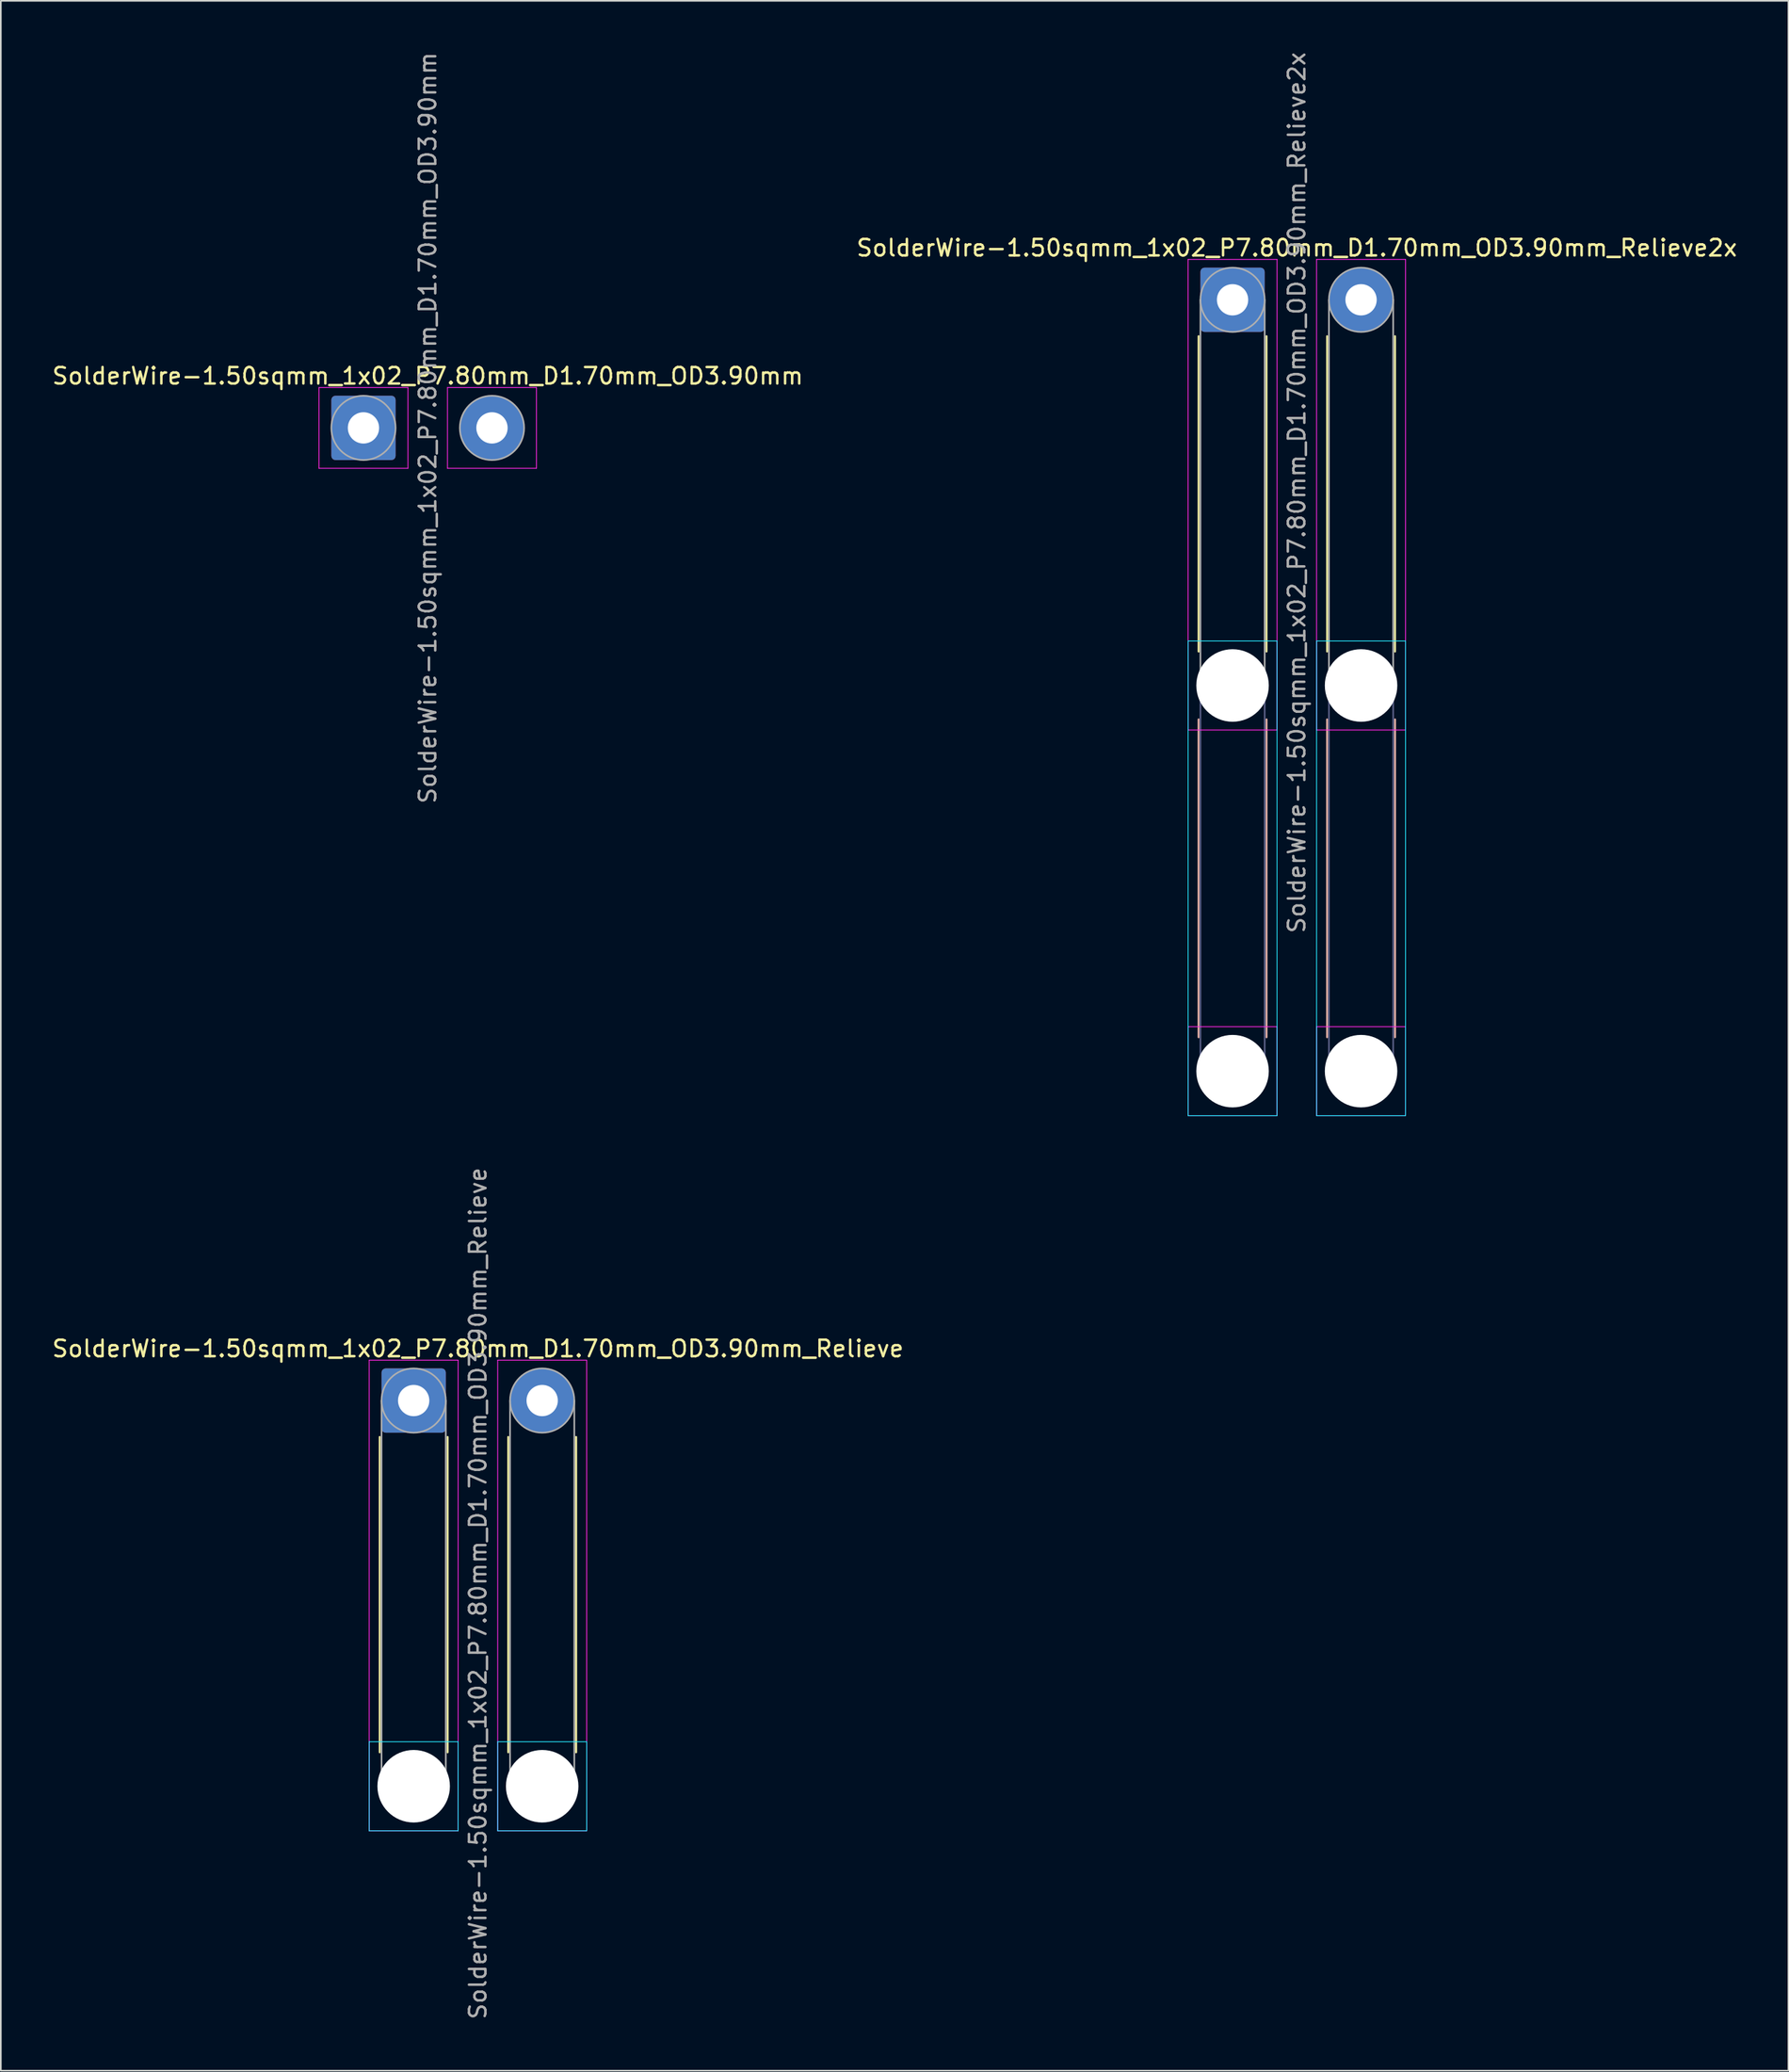
<source format=kicad_pcb>
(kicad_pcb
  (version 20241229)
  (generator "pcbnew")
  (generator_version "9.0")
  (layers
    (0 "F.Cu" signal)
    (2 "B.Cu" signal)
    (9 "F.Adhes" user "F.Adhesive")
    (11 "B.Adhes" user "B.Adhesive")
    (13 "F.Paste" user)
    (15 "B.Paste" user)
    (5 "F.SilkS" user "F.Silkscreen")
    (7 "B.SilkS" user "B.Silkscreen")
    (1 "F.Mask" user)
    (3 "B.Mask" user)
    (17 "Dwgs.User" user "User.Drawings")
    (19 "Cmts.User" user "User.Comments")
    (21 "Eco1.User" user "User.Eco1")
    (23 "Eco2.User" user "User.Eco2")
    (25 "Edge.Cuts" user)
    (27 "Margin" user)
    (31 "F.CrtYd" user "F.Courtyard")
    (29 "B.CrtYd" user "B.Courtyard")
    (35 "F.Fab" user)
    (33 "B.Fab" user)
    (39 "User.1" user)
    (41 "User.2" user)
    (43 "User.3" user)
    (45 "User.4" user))
  (footprint "SolderWire-1.50sqmm_1x02_P7.80mm_D1.70mm_OD3.90mm_Relieve2x"
    (layer "F.Cu")
    (at 71.761 15.139)
    (property "Reference" "SolderWire-1.50sqmm_1x02_P7.80mm_D1.70mm_OD3.90mm_Relieve2x" (at 3.9 -3.15 0) (layer "F.SilkS") (effects (font (size 1 1) (thickness 0.15))))
    (attr exclude_from_pos_files exclude_from_bom)
    (fp_line (start -2.06 2.21) (end -2.06 21.34) (stroke (width 0.12) (type solid)) (layer "F.SilkS"))
    (fp_line (start 2.06 2.21) (end 2.06 21.34) (stroke (width 0.12) (type solid)) (layer "F.SilkS"))
    (fp_line (start 5.74 2.21) (end 5.74 21.34) (stroke (width 0.12) (type solid)) (layer "F.SilkS"))
    (fp_line (start 9.86 2.21) (end 9.86 21.34) (stroke (width 0.12) (type solid)) (layer "F.SilkS"))
    (fp_line (start -2.06 25.46) (end -2.06 44.74) (stroke (width 0.12) (type solid)) (layer "B.SilkS"))
    (fp_line (start 2.06 25.46) (end 2.06 44.74) (stroke (width 0.12) (type solid)) (layer "B.SilkS"))
    (fp_line (start 5.74 25.46) (end 5.74 44.74) (stroke (width 0.12) (type solid)) (layer "B.SilkS"))
    (fp_line (start 9.86 25.46) (end 9.86 44.74) (stroke (width 0.12) (type solid)) (layer "B.SilkS"))
    (fp_line (start -2.7 20.7) (end -2.7 49.5) (stroke (width 0.05) (type solid)) (layer "B.CrtYd"))
    (fp_line (start -2.7 49.5) (end 2.7 49.5) (stroke (width 0.05) (type solid)) (layer "B.CrtYd"))
    (fp_line (start 2.7 20.7) (end -2.7 20.7) (stroke (width 0.05) (type solid)) (layer "B.CrtYd"))
    (fp_line (start 2.7 49.5) (end 2.7 20.7) (stroke (width 0.05) (type solid)) (layer "B.CrtYd"))
    (fp_line (start 5.1 20.7) (end 5.1 49.5) (stroke (width 0.05) (type solid)) (layer "B.CrtYd"))
    (fp_line (start 5.1 49.5) (end 10.5 49.5) (stroke (width 0.05) (type solid)) (layer "B.CrtYd"))
    (fp_line (start 10.5 20.7) (end 5.1 20.7) (stroke (width 0.05) (type solid)) (layer "B.CrtYd"))
    (fp_line (start 10.5 49.5) (end 10.5 20.7) (stroke (width 0.05) (type solid)) (layer "B.CrtYd"))
    (fp_line (start -2.7 -2.45) (end -2.7 26.1) (stroke (width 0.05) (type solid)) (layer "F.CrtYd"))
    (fp_line (start -2.7 26.1) (end 2.7 26.1) (stroke (width 0.05) (type solid)) (layer "F.CrtYd"))
    (fp_line (start -2.7 44.1) (end -2.7 49.5) (stroke (width 0.05) (type solid)) (layer "F.CrtYd"))
    (fp_line (start -2.7 49.5) (end 2.7 49.5) (stroke (width 0.05) (type solid)) (layer "F.CrtYd"))
    (fp_line (start 2.7 -2.45) (end -2.7 -2.45) (stroke (width 0.05) (type solid)) (layer "F.CrtYd"))
    (fp_line (start 2.7 26.1) (end 2.7 -2.45) (stroke (width 0.05) (type solid)) (layer "F.CrtYd"))
    (fp_line (start 2.7 44.1) (end -2.7 44.1) (stroke (width 0.05) (type solid)) (layer "F.CrtYd"))
    (fp_line (start 2.7 49.5) (end 2.7 44.1) (stroke (width 0.05) (type solid)) (layer "F.CrtYd"))
    (fp_line (start 5.1 -2.45) (end 5.1 26.1) (stroke (width 0.05) (type solid)) (layer "F.CrtYd"))
    (fp_line (start 5.1 26.1) (end 10.5 26.1) (stroke (width 0.05) (type solid)) (layer "F.CrtYd"))
    (fp_line (start 5.1 44.1) (end 5.1 49.5) (stroke (width 0.05) (type solid)) (layer "F.CrtYd"))
    (fp_line (start 5.1 49.5) (end 10.5 49.5) (stroke (width 0.05) (type solid)) (layer "F.CrtYd"))
    (fp_line (start 10.5 -2.45) (end 5.1 -2.45) (stroke (width 0.05) (type solid)) (layer "F.CrtYd"))
    (fp_line (start 10.5 26.1) (end 10.5 -2.45) (stroke (width 0.05) (type solid)) (layer "F.CrtYd"))
    (fp_line (start 10.5 44.1) (end 5.1 44.1) (stroke (width 0.05) (type solid)) (layer "F.CrtYd"))
    (fp_line (start 10.5 49.5) (end 10.5 44.1) (stroke (width 0.05) (type solid)) (layer "F.CrtYd"))
    (fp_line (start -1.95 23.4) (end -1.95 46.8) (stroke (width 0.1) (type solid)) (layer "B.Fab"))
    (fp_line (start 1.95 23.4) (end 1.95 46.8) (stroke (width 0.1) (type solid)) (layer "B.Fab"))
    (fp_line (start 5.85 23.4) (end 5.85 46.8) (stroke (width 0.1) (type solid)) (layer "B.Fab"))
    (fp_line (start 9.75 23.4) (end 9.75 46.8) (stroke (width 0.1) (type solid)) (layer "B.Fab"))
    (fp_circle (center 0 23.4) (end 1.95 23.4) (stroke (width 0.1) (type solid)) (fill no) (layer "B.Fab"))
    (fp_circle (center 0 46.8) (end 1.95 46.8) (stroke (width 0.1) (type solid)) (fill no) (layer "B.Fab"))
    (fp_circle (center 7.8 23.4) (end 9.75 23.4) (stroke (width 0.1) (type solid)) (fill no) (layer "B.Fab"))
    (fp_circle (center 7.8 46.8) (end 9.75 46.8) (stroke (width 0.1) (type solid)) (fill no) (layer "B.Fab"))
    (fp_line (start -1.95 0) (end -1.95 23.4) (stroke (width 0.1) (type solid)) (layer "F.Fab"))
    (fp_line (start 1.95 0) (end 1.95 23.4) (stroke (width 0.1) (type solid)) (layer "F.Fab"))
    (fp_line (start 5.85 0) (end 5.85 23.4) (stroke (width 0.1) (type solid)) (layer "F.Fab"))
    (fp_line (start 9.75 0) (end 9.75 23.4) (stroke (width 0.1) (type solid)) (layer "F.Fab"))
    (fp_circle (center 0 0) (end 1.95 0) (stroke (width 0.1) (type solid)) (fill no) (layer "F.Fab"))
    (fp_circle (center 0 23.4) (end 1.95 23.4) (stroke (width 0.1) (type solid)) (fill no) (layer "F.Fab"))
    (fp_circle (center 0 46.8) (end 1.95 46.8) (stroke (width 0.1) (type solid)) (fill no) (layer "F.Fab"))
    (fp_circle (center 7.8 0) (end 9.75 0) (stroke (width 0.1) (type solid)) (fill no) (layer "F.Fab"))
    (fp_circle (center 7.8 23.4) (end 9.75 23.4) (stroke (width 0.1) (type solid)) (fill no) (layer "F.Fab"))
    (fp_circle (center 7.8 46.8) (end 9.75 46.8) (stroke (width 0.1) (type solid)) (fill no) (layer "F.Fab"))
    (fp_text user "${REFERENCE}" (at 3.9 11.7 90) (layer "F.Fab") (effects (font (size 1 1) (thickness 0.15))))
    (pad "" np_thru_hole circle (at 0 23.4) (size 4.4 4.4) (drill 4.4) (layers "*.Cu" "*.Mask"))
    (pad "" np_thru_hole circle (at 0 46.8) (size 4.4 4.4) (drill 4.4) (layers "*.Cu" "*.Mask"))
    (pad "" np_thru_hole circle (at 7.8 23.4) (size 4.4 4.4) (drill 4.4) (layers "*.Cu" "*.Mask"))
    (pad "" np_thru_hole circle (at 7.8 46.8) (size 4.4 4.4) (drill 4.4) (layers "*.Cu" "*.Mask"))
    (pad "1" thru_hole roundrect (at 0 0) (size 3.9 3.9) (drill 1.9) (layers "*.Cu" "*.Mask") (roundrect_rratio 0.064))
    (pad "2" thru_hole circle (at 7.8 0) (size 3.9 3.9) (drill 1.9) (layers "*.Cu" "*.Mask")))
  (footprint "SolderWire-1.50sqmm_1x02_P7.80mm_D1.70mm_OD3.90mm"
    (layer "F.Cu")
    (at 19.011 22.911)
    (property "Reference" "SolderWire-1.50sqmm_1x02_P7.80mm_D1.70mm_OD3.90mm" (at 3.9 -3.15 0) (layer "F.SilkS") (effects (font (size 1 1) (thickness 0.15))))
    (attr exclude_from_pos_files exclude_from_bom)
    (fp_line (start -2.7 -2.45) (end -2.7 2.45) (stroke (width 0.05) (type solid)) (layer "F.CrtYd"))
    (fp_line (start -2.7 2.45) (end 2.7 2.45) (stroke (width 0.05) (type solid)) (layer "F.CrtYd"))
    (fp_line (start 2.7 -2.45) (end -2.7 -2.45) (stroke (width 0.05) (type solid)) (layer "F.CrtYd"))
    (fp_line (start 2.7 2.45) (end 2.7 -2.45) (stroke (width 0.05) (type solid)) (layer "F.CrtYd"))
    (fp_line (start 5.1 -2.45) (end 5.1 2.45) (stroke (width 0.05) (type solid)) (layer "F.CrtYd"))
    (fp_line (start 5.1 2.45) (end 10.5 2.45) (stroke (width 0.05) (type solid)) (layer "F.CrtYd"))
    (fp_line (start 10.5 -2.45) (end 5.1 -2.45) (stroke (width 0.05) (type solid)) (layer "F.CrtYd"))
    (fp_line (start 10.5 2.45) (end 10.5 -2.45) (stroke (width 0.05) (type solid)) (layer "F.CrtYd"))
    (fp_circle (center 0 0) (end 1.95 0) (stroke (width 0.1) (type solid)) (fill no) (layer "F.Fab"))
    (fp_circle (center 7.8 0) (end 9.75 0) (stroke (width 0.1) (type solid)) (fill no) (layer "F.Fab"))
    (fp_text user "${REFERENCE}" (at 3.9 0 90) (layer "F.Fab") (effects (font (size 1 1) (thickness 0.15))))
    (pad "1" thru_hole roundrect (at 0 0) (size 3.9 3.9) (drill 1.9) (layers "*.Cu" "*.Mask") (roundrect_rratio 0.064))
    (pad "2" thru_hole circle (at 7.8 0) (size 3.9 3.9) (drill 1.9) (layers "*.Cu" "*.Mask")))
  (footprint "SolderWire-1.50sqmm_1x02_P7.80mm_D1.70mm_OD3.90mm_Relieve"
    (layer "F.Cu")
    (at 22.058 81.923)
    (property "Reference" "SolderWire-1.50sqmm_1x02_P7.80mm_D1.70mm_OD3.90mm_Relieve" (at 3.9 -3.15 0) (layer "F.SilkS") (effects (font (size 1 1) (thickness 0.15))))
    (attr exclude_from_pos_files exclude_from_bom)
    (fp_line (start -2.06 2.21) (end -2.06 21.34) (stroke (width 0.12) (type solid)) (layer "F.SilkS"))
    (fp_line (start 2.06 2.21) (end 2.06 21.34) (stroke (width 0.12) (type solid)) (layer "F.SilkS"))
    (fp_line (start 5.74 2.21) (end 5.74 21.34) (stroke (width 0.12) (type solid)) (layer "F.SilkS"))
    (fp_line (start 9.86 2.21) (end 9.86 21.34) (stroke (width 0.12) (type solid)) (layer "F.SilkS"))
    (fp_line (start -2.7 20.7) (end -2.7 26.1) (stroke (width 0.05) (type solid)) (layer "B.CrtYd"))
    (fp_line (start -2.7 26.1) (end 2.7 26.1) (stroke (width 0.05) (type solid)) (layer "B.CrtYd"))
    (fp_line (start 2.7 20.7) (end -2.7 20.7) (stroke (width 0.05) (type solid)) (layer "B.CrtYd"))
    (fp_line (start 2.7 26.1) (end 2.7 20.7) (stroke (width 0.05) (type solid)) (layer "B.CrtYd"))
    (fp_line (start 5.1 20.7) (end 5.1 26.1) (stroke (width 0.05) (type solid)) (layer "B.CrtYd"))
    (fp_line (start 5.1 26.1) (end 10.5 26.1) (stroke (width 0.05) (type solid)) (layer "B.CrtYd"))
    (fp_line (start 10.5 20.7) (end 5.1 20.7) (stroke (width 0.05) (type solid)) (layer "B.CrtYd"))
    (fp_line (start 10.5 26.1) (end 10.5 20.7) (stroke (width 0.05) (type solid)) (layer "B.CrtYd"))
    (fp_line (start -2.7 -2.45) (end -2.7 26.1) (stroke (width 0.05) (type solid)) (layer "F.CrtYd"))
    (fp_line (start -2.7 26.1) (end 2.7 26.1) (stroke (width 0.05) (type solid)) (layer "F.CrtYd"))
    (fp_line (start 2.7 -2.45) (end -2.7 -2.45) (stroke (width 0.05) (type solid)) (layer "F.CrtYd"))
    (fp_line (start 2.7 26.1) (end 2.7 -2.45) (stroke (width 0.05) (type solid)) (layer "F.CrtYd"))
    (fp_line (start 5.1 -2.45) (end 5.1 26.1) (stroke (width 0.05) (type solid)) (layer "F.CrtYd"))
    (fp_line (start 5.1 26.1) (end 10.5 26.1) (stroke (width 0.05) (type solid)) (layer "F.CrtYd"))
    (fp_line (start 10.5 -2.45) (end 5.1 -2.45) (stroke (width 0.05) (type solid)) (layer "F.CrtYd"))
    (fp_line (start 10.5 26.1) (end 10.5 -2.45) (stroke (width 0.05) (type solid)) (layer "F.CrtYd"))
    (fp_line (start -1.95 0) (end -1.95 23.4) (stroke (width 0.1) (type solid)) (layer "F.Fab"))
    (fp_line (start 1.95 0) (end 1.95 23.4) (stroke (width 0.1) (type solid)) (layer "F.Fab"))
    (fp_line (start 5.85 0) (end 5.85 23.4) (stroke (width 0.1) (type solid)) (layer "F.Fab"))
    (fp_line (start 9.75 0) (end 9.75 23.4) (stroke (width 0.1) (type solid)) (layer "F.Fab"))
    (fp_circle (center 0 0) (end 1.95 0) (stroke (width 0.1) (type solid)) (fill no) (layer "F.Fab"))
    (fp_circle (center 0 23.4) (end 1.95 23.4) (stroke (width 0.1) (type solid)) (fill no) (layer "F.Fab"))
    (fp_circle (center 7.8 0) (end 9.75 0) (stroke (width 0.1) (type solid)) (fill no) (layer "F.Fab"))
    (fp_circle (center 7.8 23.4) (end 9.75 23.4) (stroke (width 0.1) (type solid)) (fill no) (layer "F.Fab"))
    (fp_text user "${REFERENCE}" (at 3.9 11.7 90) (layer "F.Fab") (effects (font (size 1 1) (thickness 0.15))))
    (pad "" np_thru_hole circle (at 0 23.4) (size 4.4 4.4) (drill 4.4) (layers "*.Cu" "*.Mask"))
    (pad "" np_thru_hole circle (at 7.8 23.4) (size 4.4 4.4) (drill 4.4) (layers "*.Cu" "*.Mask"))
    (pad "1" thru_hole roundrect (at 0 0) (size 3.9 3.9) (drill 1.9) (layers "*.Cu" "*.Mask") (roundrect_rratio 0.064))
    (pad "2" thru_hole circle (at 7.8 0) (size 3.9 3.9) (drill 1.9) (layers "*.Cu" "*.Mask")))
  (gr_rect
    (start -3 -3)
    (end 105.5 122.581)
    (stroke (width 0.1) (type default))
    (fill no)
    (layer "Edge.Cuts")))
</source>
